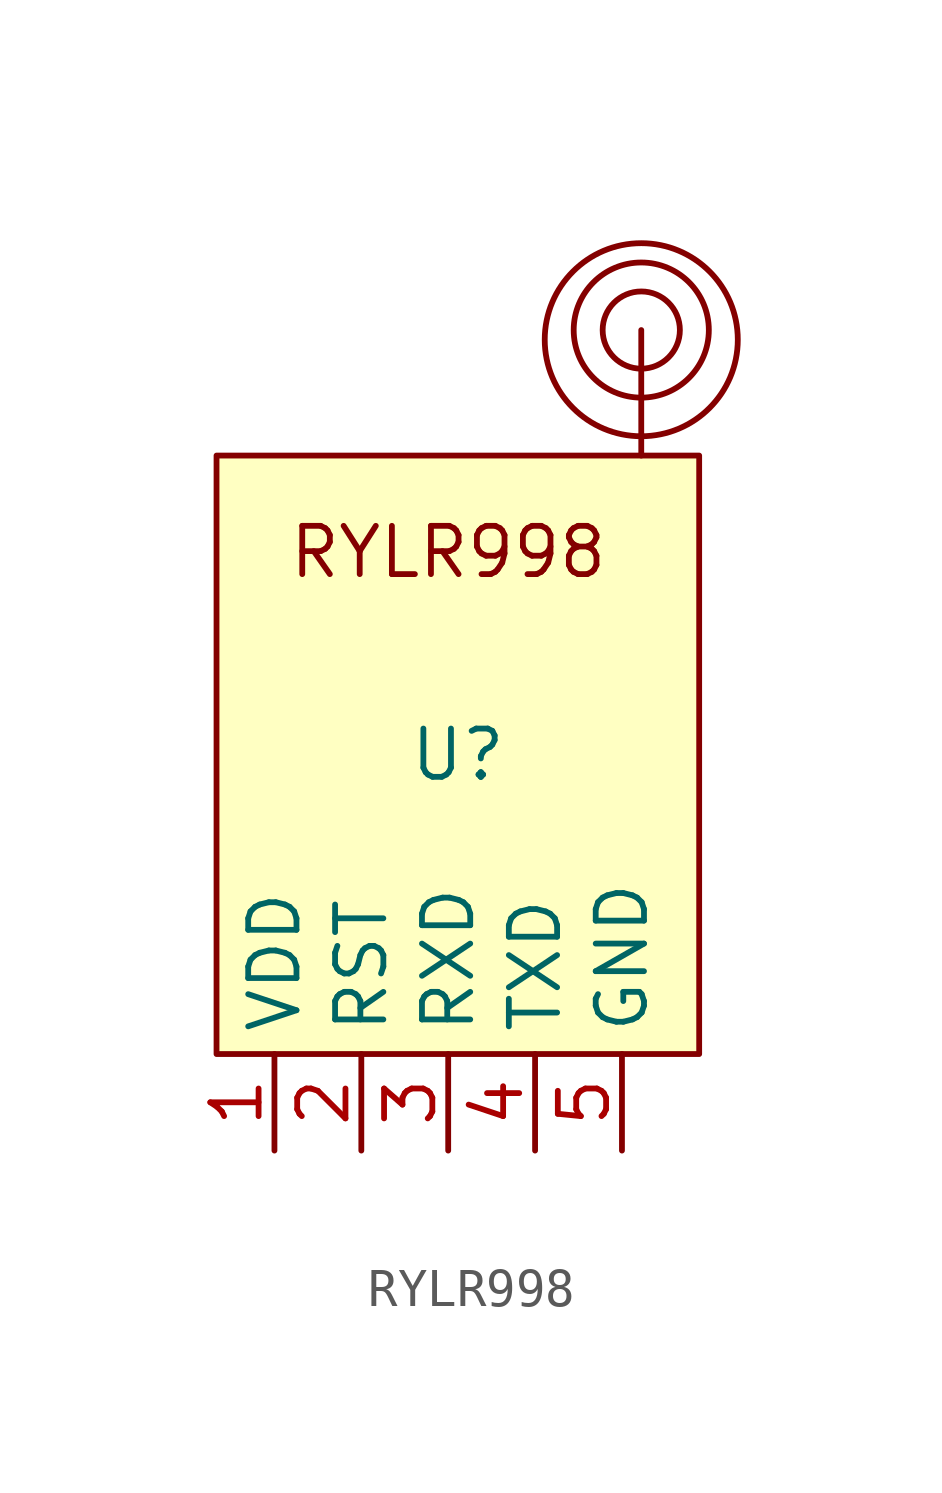
<source format=kicad_sym>
(kicad_symbol_lib
  (version 20220914)
  (generator kicad_symbol_editor)
  (symbol "RYLR998"
    (property "Reference" "U"
      (at 0 0 0)
      (effects (font (size 1.27 1.27))))
    (property "Value" ""
      (at 0 0 0)
      (effects (font (size 1.27 1.27))))
    (symbol "RYLR998_0_1"
      (polyline (pts (xy 4.826 7.874) (xy 4.826 11.176)) (stroke (width 0) (type default)) (fill (type none)))
      (circle (center 4.826 10.922) (radius 2.54) (stroke (width 0) (type default)) (fill (type none)))
      (circle (center 4.826 11.176) (radius 1.016) (stroke (width 0) (type default)) (fill (type none)))
      (circle (center 4.826 11.176) (radius 1.778) (stroke (width 0) (type default)) (fill (type none))))
    (symbol "RYLR998_1_1"
      (rectangle (start -6.35 7.874) (end 6.35 -7.874) (stroke (width 0) (type default)) (fill (type background)))
      (text "RYLR998\n" (at -0.254 5.334 0) (effects (font (size 1.27 1.27))))
      (pin input line (at -4.826 -10.414 90) (length 2.54) (name "VDD" (effects (font (size 1.27 1.27)))) (number "1" (effects (font (size 1.27 1.27)))))
      (pin input line (at -2.54 -10.414 90) (length 2.54) (name "RST" (effects (font (size 1.27 1.27)))) (number "2" (effects (font (size 1.27 1.27)))))
      (pin input line (at -0.254 -10.414 90) (length 2.54) (name "RXD" (effects (font (size 1.27 1.27)))) (number "3" (effects (font (size 1.27 1.27)))))
      (pin input line (at 2.032 -10.414 90) (length 2.54) (name "TXD" (effects (font (size 1.27 1.27)))) (number "4" (effects (font (size 1.27 1.27)))))
      (pin input line (at 4.318 -10.414 90) (length 2.54) (name "GND" (effects (font (size 1.27 1.27)))) (number "5" (effects (font (size 1.27 1.27))))))))
</source>
